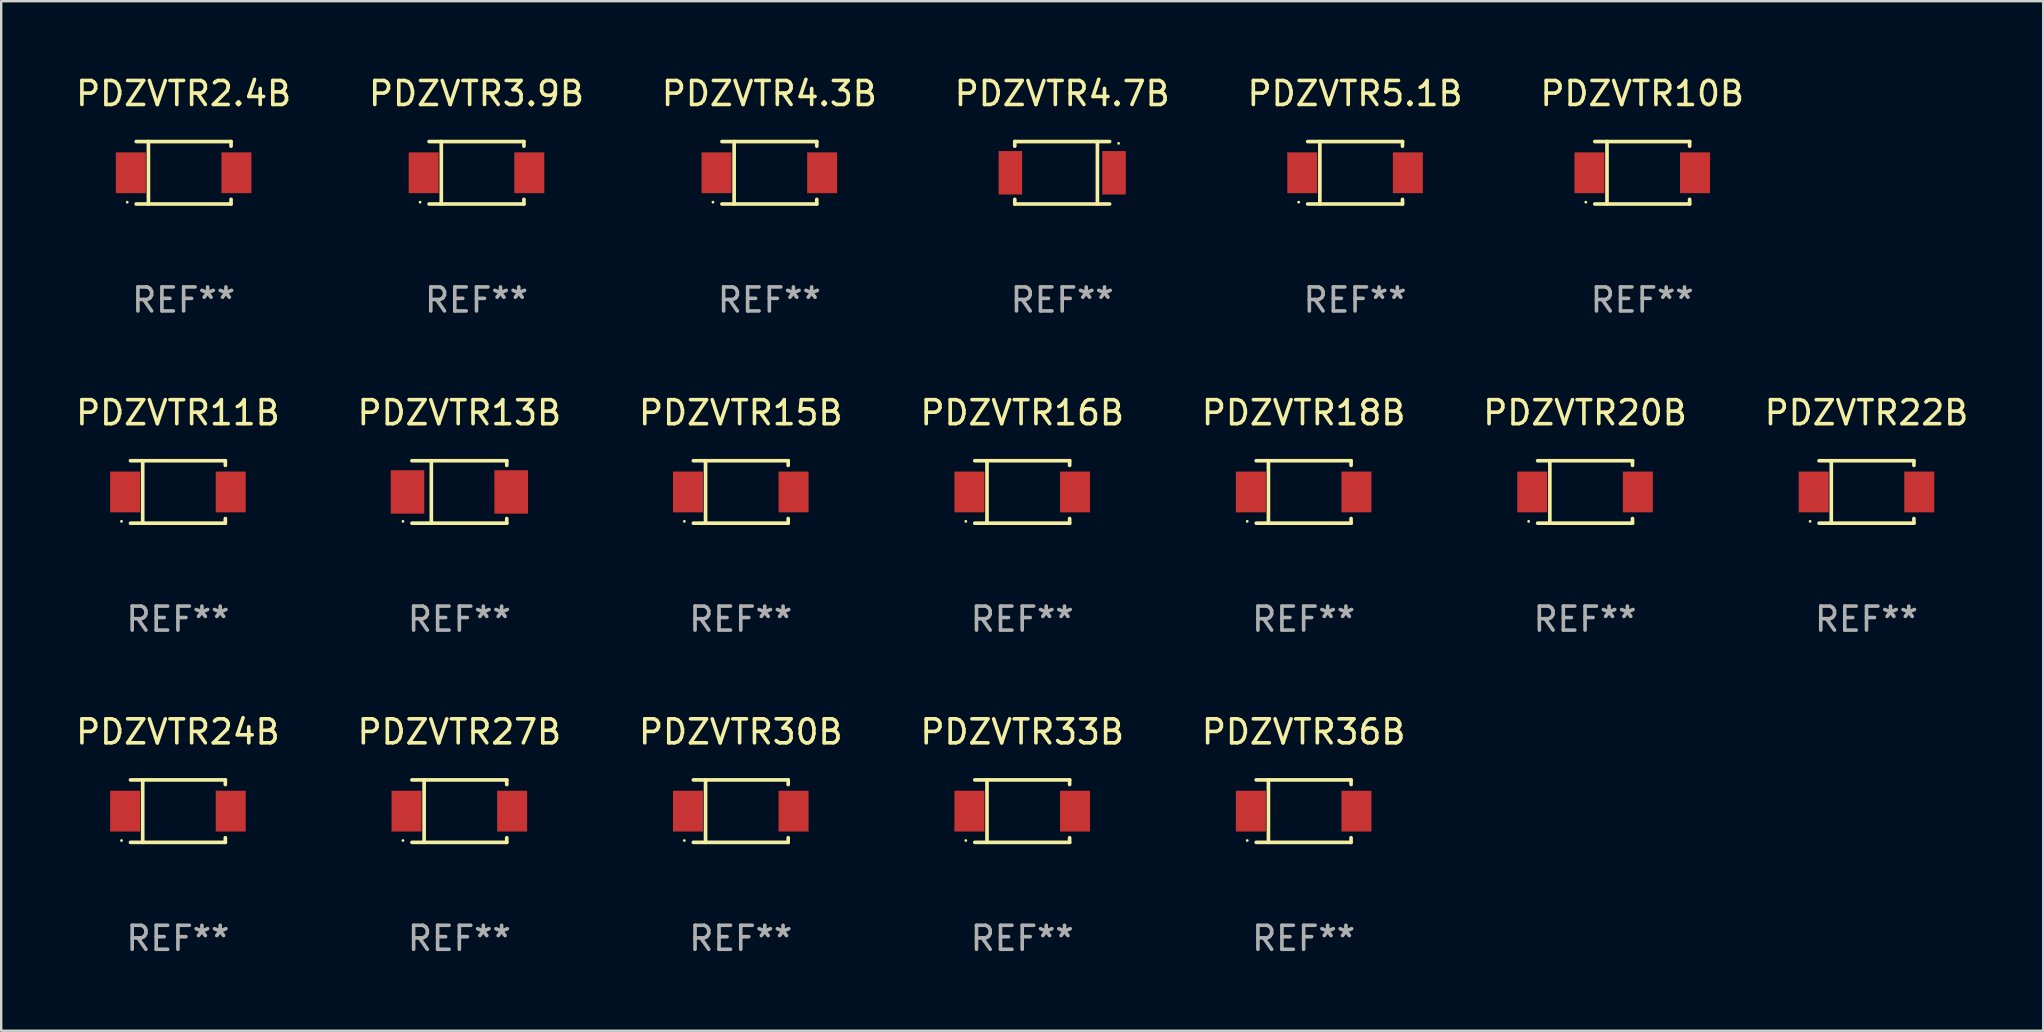
<source format=kicad_pcb>
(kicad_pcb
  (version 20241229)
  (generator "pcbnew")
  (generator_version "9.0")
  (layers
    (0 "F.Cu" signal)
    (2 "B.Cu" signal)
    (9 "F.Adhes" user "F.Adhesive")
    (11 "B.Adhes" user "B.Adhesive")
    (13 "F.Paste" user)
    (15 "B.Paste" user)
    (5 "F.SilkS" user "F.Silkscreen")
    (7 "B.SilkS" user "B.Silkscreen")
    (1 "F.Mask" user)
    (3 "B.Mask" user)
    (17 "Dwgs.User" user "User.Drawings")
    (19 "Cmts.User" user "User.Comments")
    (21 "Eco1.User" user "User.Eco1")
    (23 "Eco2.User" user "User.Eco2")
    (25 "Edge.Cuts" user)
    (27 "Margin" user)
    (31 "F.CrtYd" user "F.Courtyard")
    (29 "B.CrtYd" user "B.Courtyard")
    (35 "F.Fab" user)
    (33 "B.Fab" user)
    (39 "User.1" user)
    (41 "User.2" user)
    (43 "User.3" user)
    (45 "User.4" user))
  (footprint "PDZVTR5.1B"
    (layer "F.Cu")
    (at 53.411 4.149)
    (property "Reference" "PDZVTR5.1B" (at 0 -3.301 0) (layer "F.SilkS") (effects (font (size 1 1) (thickness 0.15))))
    (attr through_hole)
    (fp_line (start -1.976 -1.301) (end 1.976 -1.301) (stroke (width 0.152) (type solid)) (layer "F.SilkS"))
    (fp_line (start -1.976 1.301) (end 1.976 1.301) (stroke (width 0.152) (type solid)) (layer "F.SilkS"))
    (fp_line (start -1.467 -1.301) (end -1.467 1.301) (stroke (width 0.152) (type solid)) (layer "F.SilkS"))
    (fp_line (start 1.976 -1.301) (end 1.976 -1.108) (stroke (width 0.152) (type solid)) (layer "F.SilkS"))
    (fp_line (start 1.976 1.301) (end 1.976 1.108) (stroke (width 0.152) (type solid)) (layer "F.SilkS"))
    (fp_circle (center -2.35 1.225) (end -2.32 1.225) (stroke (width 0.06) (type solid)) (fill no) (layer "F.SilkS"))
    (fp_text user "REF**" (at 0 5.301 0) (layer "F.Fab") (effects (font (size 1 1) (thickness 0.15))))
    (pad "1" smd rect (at -2.2 0 180) (size 1.25 1.7) (layers "F.Cu" "F.Mask" "F.Paste"))
    (pad "2" smd rect (at 2.2 0 180) (size 1.25 1.7) (layers "F.Cu" "F.Mask" "F.Paste")))
  (footprint "PDZVTR30B"
    (layer "F.Cu")
    (at 27.815 30.747)
    (property "Reference" "PDZVTR30B" (at 0 -3.301 0) (layer "F.SilkS") (effects (font (size 1 1) (thickness 0.15))))
    (attr through_hole)
    (fp_line (start -1.976 -1.301) (end 1.976 -1.301) (stroke (width 0.152) (type solid)) (layer "F.SilkS"))
    (fp_line (start -1.976 1.301) (end 1.976 1.301) (stroke (width 0.152) (type solid)) (layer "F.SilkS"))
    (fp_line (start -1.467 -1.301) (end -1.467 1.301) (stroke (width 0.152) (type solid)) (layer "F.SilkS"))
    (fp_line (start 1.976 -1.301) (end 1.976 -1.108) (stroke (width 0.152) (type solid)) (layer "F.SilkS"))
    (fp_line (start 1.976 1.301) (end 1.976 1.108) (stroke (width 0.152) (type solid)) (layer "F.SilkS"))
    (fp_circle (center -2.35 1.225) (end -2.32 1.225) (stroke (width 0.06) (type solid)) (fill no) (layer "F.SilkS"))
    (fp_text user "REF**" (at 0 5.301 0) (layer "F.Fab") (effects (font (size 1 1) (thickness 0.15))))
    (pad "1" smd rect (at -2.2 0 180) (size 1.25 1.7) (layers "F.Cu" "F.Mask" "F.Paste"))
    (pad "2" smd rect (at 2.2 0 180) (size 1.25 1.7) (layers "F.Cu" "F.Mask" "F.Paste")))
  (footprint "PDZVTR3.9B"
    (layer "F.Cu")
    (at 16.804 4.149)
    (property "Reference" "PDZVTR3.9B" (at 0 -3.301 0) (layer "F.SilkS") (effects (font (size 1 1) (thickness 0.15))))
    (attr through_hole)
    (fp_line (start -1.976 -1.301) (end 1.976 -1.301) (stroke (width 0.152) (type solid)) (layer "F.SilkS"))
    (fp_line (start -1.976 1.301) (end 1.976 1.301) (stroke (width 0.152) (type solid)) (layer "F.SilkS"))
    (fp_line (start -1.467 -1.301) (end -1.467 1.301) (stroke (width 0.152) (type solid)) (layer "F.SilkS"))
    (fp_line (start 1.976 -1.301) (end 1.976 -1.108) (stroke (width 0.152) (type solid)) (layer "F.SilkS"))
    (fp_line (start 1.976 1.301) (end 1.976 1.108) (stroke (width 0.152) (type solid)) (layer "F.SilkS"))
    (fp_circle (center -2.35 1.225) (end -2.32 1.225) (stroke (width 0.06) (type solid)) (fill no) (layer "F.SilkS"))
    (fp_text user "REF**" (at 0 5.301 0) (layer "F.Fab") (effects (font (size 1 1) (thickness 0.15))))
    (pad "1" smd rect (at -2.2 0 180) (size 1.25 1.7) (layers "F.Cu" "F.Mask" "F.Paste"))
    (pad "2" smd rect (at 2.2 0 180) (size 1.25 1.7) (layers "F.Cu" "F.Mask" "F.Paste")))
  (footprint "PDZVTR11B"
    (layer "F.Cu")
    (at 4.363 17.448)
    (property "Reference" "PDZVTR11B" (at 0 -3.301 0) (layer "F.SilkS") (effects (font (size 1 1) (thickness 0.15))))
    (attr through_hole)
    (fp_line (start -1.976 -1.301) (end 1.976 -1.301) (stroke (width 0.152) (type solid)) (layer "F.SilkS"))
    (fp_line (start -1.976 1.301) (end 1.976 1.301) (stroke (width 0.152) (type solid)) (layer "F.SilkS"))
    (fp_line (start -1.467 -1.301) (end -1.467 1.301) (stroke (width 0.152) (type solid)) (layer "F.SilkS"))
    (fp_line (start 1.976 -1.301) (end 1.976 -1.108) (stroke (width 0.152) (type solid)) (layer "F.SilkS"))
    (fp_line (start 1.976 1.301) (end 1.976 1.108) (stroke (width 0.152) (type solid)) (layer "F.SilkS"))
    (fp_circle (center -2.35 1.225) (end -2.32 1.225) (stroke (width 0.06) (type solid)) (fill no) (layer "F.SilkS"))
    (fp_text user "REF**" (at 0 5.301 0) (layer "F.Fab") (effects (font (size 1 1) (thickness 0.15))))
    (pad "1" smd rect (at -2.2 0 180) (size 1.25 1.7) (layers "F.Cu" "F.Mask" "F.Paste"))
    (pad "2" smd rect (at 2.2 0 180) (size 1.25 1.7) (layers "F.Cu" "F.Mask" "F.Paste")))
  (footprint "PDZVTR36B"
    (layer "F.Cu")
    (at 51.268 30.747)
    (property "Reference" "PDZVTR36B" (at 0 -3.301 0) (layer "F.SilkS") (effects (font (size 1 1) (thickness 0.15))))
    (attr through_hole)
    (fp_line (start -1.976 -1.301) (end 1.976 -1.301) (stroke (width 0.152) (type solid)) (layer "F.SilkS"))
    (fp_line (start -1.976 1.301) (end 1.976 1.301) (stroke (width 0.152) (type solid)) (layer "F.SilkS"))
    (fp_line (start -1.467 -1.301) (end -1.467 1.301) (stroke (width 0.152) (type solid)) (layer "F.SilkS"))
    (fp_line (start 1.976 -1.301) (end 1.976 -1.108) (stroke (width 0.152) (type solid)) (layer "F.SilkS"))
    (fp_line (start 1.976 1.301) (end 1.976 1.108) (stroke (width 0.152) (type solid)) (layer "F.SilkS"))
    (fp_circle (center -2.35 1.225) (end -2.32 1.225) (stroke (width 0.06) (type solid)) (fill no) (layer "F.SilkS"))
    (fp_text user "REF**" (at 0 5.301 0) (layer "F.Fab") (effects (font (size 1 1) (thickness 0.15))))
    (pad "1" smd rect (at -2.2 0 180) (size 1.25 1.7) (layers "F.Cu" "F.Mask" "F.Paste"))
    (pad "2" smd rect (at 2.2 0 180) (size 1.25 1.7) (layers "F.Cu" "F.Mask" "F.Paste")))
  (footprint "PDZVTR18B"
    (layer "F.Cu")
    (at 51.268 17.448)
    (property "Reference" "PDZVTR18B" (at 0 -3.301 0) (layer "F.SilkS") (effects (font (size 1 1) (thickness 0.15))))
    (attr through_hole)
    (fp_line (start -1.976 -1.301) (end 1.976 -1.301) (stroke (width 0.152) (type solid)) (layer "F.SilkS"))
    (fp_line (start -1.976 1.301) (end 1.976 1.301) (stroke (width 0.152) (type solid)) (layer "F.SilkS"))
    (fp_line (start -1.467 -1.301) (end -1.467 1.301) (stroke (width 0.152) (type solid)) (layer "F.SilkS"))
    (fp_line (start 1.976 -1.301) (end 1.976 -1.108) (stroke (width 0.152) (type solid)) (layer "F.SilkS"))
    (fp_line (start 1.976 1.301) (end 1.976 1.108) (stroke (width 0.152) (type solid)) (layer "F.SilkS"))
    (fp_circle (center -2.35 1.225) (end -2.32 1.225) (stroke (width 0.06) (type solid)) (fill no) (layer "F.SilkS"))
    (fp_text user "REF**" (at 0 5.301 0) (layer "F.Fab") (effects (font (size 1 1) (thickness 0.15))))
    (pad "1" smd rect (at -2.2 0 180) (size 1.25 1.7) (layers "F.Cu" "F.Mask" "F.Paste"))
    (pad "2" smd rect (at 2.2 0 180) (size 1.25 1.7) (layers "F.Cu" "F.Mask" "F.Paste")))
  (footprint "PDZVTR27B"
    (layer "F.Cu")
    (at 16.089 30.747)
    (property "Reference" "PDZVTR27B" (at 0 -3.301 0) (layer "F.SilkS") (effects (font (size 1 1) (thickness 0.15))))
    (attr through_hole)
    (fp_line (start -1.976 -1.301) (end 1.976 -1.301) (stroke (width 0.152) (type solid)) (layer "F.SilkS"))
    (fp_line (start -1.976 1.301) (end 1.976 1.301) (stroke (width 0.152) (type solid)) (layer "F.SilkS"))
    (fp_line (start -1.467 -1.301) (end -1.467 1.301) (stroke (width 0.152) (type solid)) (layer "F.SilkS"))
    (fp_line (start 1.976 -1.301) (end 1.976 -1.108) (stroke (width 0.152) (type solid)) (layer "F.SilkS"))
    (fp_line (start 1.976 1.301) (end 1.976 1.108) (stroke (width 0.152) (type solid)) (layer "F.SilkS"))
    (fp_circle (center -2.35 1.225) (end -2.32 1.225) (stroke (width 0.06) (type solid)) (fill no) (layer "F.SilkS"))
    (fp_text user "REF**" (at 0 5.301 0) (layer "F.Fab") (effects (font (size 1 1) (thickness 0.15))))
    (pad "1" smd rect (at -2.2 0 180) (size 1.25 1.7) (layers "F.Cu" "F.Mask" "F.Paste"))
    (pad "2" smd rect (at 2.2 0 180) (size 1.25 1.7) (layers "F.Cu" "F.Mask" "F.Paste")))
  (footprint "PDZVTR4.7B"
    (layer "F.Cu")
    (at 41.208 4.149)
    (property "Reference" "PDZVTR4.7B" (at 0 -3.301 0) (layer "F.SilkS") (effects (font (size 1 1) (thickness 0.15))))
    (attr through_hole)
    (fp_line (start -1.976 -1.301) (end -1.976 -1.108) (stroke (width 0.152) (type solid)) (layer "F.SilkS"))
    (fp_line (start -1.976 1.301) (end -1.976 1.108) (stroke (width 0.152) (type solid)) (layer "F.SilkS"))
    (fp_line (start 1.467 1.301) (end 1.467 -1.301) (stroke (width 0.152) (type solid)) (layer "F.SilkS"))
    (fp_line (start 1.976 -1.301) (end -1.976 -1.301) (stroke (width 0.152) (type solid)) (layer "F.SilkS"))
    (fp_line (start 1.976 1.301) (end -1.976 1.301) (stroke (width 0.152) (type solid)) (layer "F.SilkS"))
    (fp_circle (center 2.35 -1.225) (end 2.38 -1.225) (stroke (width 0.06) (type solid)) (fill no) (layer "F.SilkS"))
    (fp_text user "REF**" (at 0 5.301 0) (layer "F.Fab") (effects (font (size 1 1) (thickness 0.15))))
    (pad "1" smd rect (at 2.16 0) (size 0.98 1.81) (layers "F.Cu" "F.Mask" "F.Paste"))
    (pad "2" smd rect (at -2.16 0) (size 0.98 1.81) (layers "F.Cu" "F.Mask" "F.Paste")))
  (footprint "PDZVTR2.4B"
    (layer "F.Cu")
    (at 4.601 4.149)
    (property "Reference" "PDZVTR2.4B" (at 0 -3.301 0) (layer "F.SilkS") (effects (font (size 1 1) (thickness 0.15))))
    (attr through_hole)
    (fp_line (start -1.976 -1.301) (end 1.976 -1.301) (stroke (width 0.152) (type solid)) (layer "F.SilkS"))
    (fp_line (start -1.976 1.301) (end 1.976 1.301) (stroke (width 0.152) (type solid)) (layer "F.SilkS"))
    (fp_line (start -1.467 -1.301) (end -1.467 1.301) (stroke (width 0.152) (type solid)) (layer "F.SilkS"))
    (fp_line (start 1.976 -1.301) (end 1.976 -1.108) (stroke (width 0.152) (type solid)) (layer "F.SilkS"))
    (fp_line (start 1.976 1.301) (end 1.976 1.108) (stroke (width 0.152) (type solid)) (layer "F.SilkS"))
    (fp_circle (center -2.35 1.225) (end -2.32 1.225) (stroke (width 0.06) (type solid)) (fill no) (layer "F.SilkS"))
    (fp_text user "REF**" (at 0 5.301 0) (layer "F.Fab") (effects (font (size 1 1) (thickness 0.15))))
    (pad "1" smd rect (at -2.2 0 180) (size 1.25 1.7) (layers "F.Cu" "F.Mask" "F.Paste"))
    (pad "2" smd rect (at 2.2 0 180) (size 1.25 1.7) (layers "F.Cu" "F.Mask" "F.Paste")))
  (footprint "PDZVTR10B"
    (layer "F.Cu")
    (at 65.375 4.149)
    (property "Reference" "PDZVTR10B" (at 0 -3.301 0) (layer "F.SilkS") (effects (font (size 1 1) (thickness 0.15))))
    (attr through_hole)
    (fp_line (start -1.976 -1.301) (end 1.976 -1.301) (stroke (width 0.152) (type solid)) (layer "F.SilkS"))
    (fp_line (start -1.976 1.301) (end 1.976 1.301) (stroke (width 0.152) (type solid)) (layer "F.SilkS"))
    (fp_line (start -1.467 -1.301) (end -1.467 1.301) (stroke (width 0.152) (type solid)) (layer "F.SilkS"))
    (fp_line (start 1.976 -1.301) (end 1.976 -1.108) (stroke (width 0.152) (type solid)) (layer "F.SilkS"))
    (fp_line (start 1.976 1.301) (end 1.976 1.108) (stroke (width 0.152) (type solid)) (layer "F.SilkS"))
    (fp_circle (center -2.35 1.225) (end -2.32 1.225) (stroke (width 0.06) (type solid)) (fill no) (layer "F.SilkS"))
    (fp_text user "REF**" (at 0 5.301 0) (layer "F.Fab") (effects (font (size 1 1) (thickness 0.15))))
    (pad "1" smd rect (at -2.2 0 180) (size 1.25 1.7) (layers "F.Cu" "F.Mask" "F.Paste"))
    (pad "2" smd rect (at 2.2 0 180) (size 1.25 1.7) (layers "F.Cu" "F.Mask" "F.Paste")))
  (footprint "PDZVTR15B"
    (layer "F.Cu")
    (at 27.815 17.448)
    (property "Reference" "PDZVTR15B" (at 0 -3.301 0) (layer "F.SilkS") (effects (font (size 1 1) (thickness 0.15))))
    (attr through_hole)
    (fp_line (start -1.976 -1.301) (end 1.976 -1.301) (stroke (width 0.152) (type solid)) (layer "F.SilkS"))
    (fp_line (start -1.976 1.301) (end 1.976 1.301) (stroke (width 0.152) (type solid)) (layer "F.SilkS"))
    (fp_line (start -1.467 -1.301) (end -1.467 1.301) (stroke (width 0.152) (type solid)) (layer "F.SilkS"))
    (fp_line (start 1.976 -1.301) (end 1.976 -1.108) (stroke (width 0.152) (type solid)) (layer "F.SilkS"))
    (fp_line (start 1.976 1.301) (end 1.976 1.108) (stroke (width 0.152) (type solid)) (layer "F.SilkS"))
    (fp_circle (center -2.35 1.225) (end -2.32 1.225) (stroke (width 0.06) (type solid)) (fill no) (layer "F.SilkS"))
    (fp_text user "REF**" (at 0 5.301 0) (layer "F.Fab") (effects (font (size 1 1) (thickness 0.15))))
    (pad "1" smd rect (at -2.2 0 180) (size 1.25 1.7) (layers "F.Cu" "F.Mask" "F.Paste"))
    (pad "2" smd rect (at 2.2 0 180) (size 1.25 1.7) (layers "F.Cu" "F.Mask" "F.Paste")))
  (footprint "PDZVTR24B"
    (layer "F.Cu")
    (at 4.363 30.747)
    (property "Reference" "PDZVTR24B" (at 0 -3.301 0) (layer "F.SilkS") (effects (font (size 1 1) (thickness 0.15))))
    (attr through_hole)
    (fp_line (start -1.976 -1.301) (end 1.976 -1.301) (stroke (width 0.152) (type solid)) (layer "F.SilkS"))
    (fp_line (start -1.976 1.301) (end 1.976 1.301) (stroke (width 0.152) (type solid)) (layer "F.SilkS"))
    (fp_line (start -1.467 -1.301) (end -1.467 1.301) (stroke (width 0.152) (type solid)) (layer "F.SilkS"))
    (fp_line (start 1.976 -1.301) (end 1.976 -1.108) (stroke (width 0.152) (type solid)) (layer "F.SilkS"))
    (fp_line (start 1.976 1.301) (end 1.976 1.108) (stroke (width 0.152) (type solid)) (layer "F.SilkS"))
    (fp_circle (center -2.35 1.225) (end -2.32 1.225) (stroke (width 0.06) (type solid)) (fill no) (layer "F.SilkS"))
    (fp_text user "REF**" (at 0 5.301 0) (layer "F.Fab") (effects (font (size 1 1) (thickness 0.15))))
    (pad "1" smd rect (at -2.2 0 180) (size 1.25 1.7) (layers "F.Cu" "F.Mask" "F.Paste"))
    (pad "2" smd rect (at 2.2 0 180) (size 1.25 1.7) (layers "F.Cu" "F.Mask" "F.Paste")))
  (footprint "PDZVTR4.3B"
    (layer "F.Cu")
    (at 29.006 4.149)
    (property "Reference" "PDZVTR4.3B" (at 0 -3.301 0) (layer "F.SilkS") (effects (font (size 1 1) (thickness 0.15))))
    (attr through_hole)
    (fp_line (start -1.976 -1.301) (end 1.976 -1.301) (stroke (width 0.152) (type solid)) (layer "F.SilkS"))
    (fp_line (start -1.976 1.301) (end 1.976 1.301) (stroke (width 0.152) (type solid)) (layer "F.SilkS"))
    (fp_line (start -1.467 -1.301) (end -1.467 1.301) (stroke (width 0.152) (type solid)) (layer "F.SilkS"))
    (fp_line (start 1.976 -1.301) (end 1.976 -1.108) (stroke (width 0.152) (type solid)) (layer "F.SilkS"))
    (fp_line (start 1.976 1.301) (end 1.976 1.108) (stroke (width 0.152) (type solid)) (layer "F.SilkS"))
    (fp_circle (center -2.35 1.225) (end -2.32 1.225) (stroke (width 0.06) (type solid)) (fill no) (layer "F.SilkS"))
    (fp_text user "REF**" (at 0 5.301 0) (layer "F.Fab") (effects (font (size 1 1) (thickness 0.15))))
    (pad "1" smd rect (at -2.2 0 180) (size 1.25 1.7) (layers "F.Cu" "F.Mask" "F.Paste"))
    (pad "2" smd rect (at 2.2 0 180) (size 1.25 1.7) (layers "F.Cu" "F.Mask" "F.Paste")))
  (footprint "PDZVTR20B"
    (layer "F.Cu")
    (at 62.994 17.448)
    (property "Reference" "PDZVTR20B" (at 0 -3.301 0) (layer "F.SilkS") (effects (font (size 1 1) (thickness 0.15))))
    (attr through_hole)
    (fp_line (start -1.976 -1.301) (end 1.976 -1.301) (stroke (width 0.152) (type solid)) (layer "F.SilkS"))
    (fp_line (start -1.976 1.301) (end 1.976 1.301) (stroke (width 0.152) (type solid)) (layer "F.SilkS"))
    (fp_line (start -1.467 -1.301) (end -1.467 1.301) (stroke (width 0.152) (type solid)) (layer "F.SilkS"))
    (fp_line (start 1.976 -1.301) (end 1.976 -1.108) (stroke (width 0.152) (type solid)) (layer "F.SilkS"))
    (fp_line (start 1.976 1.301) (end 1.976 1.108) (stroke (width 0.152) (type solid)) (layer "F.SilkS"))
    (fp_circle (center -2.35 1.225) (end -2.32 1.225) (stroke (width 0.06) (type solid)) (fill no) (layer "F.SilkS"))
    (fp_text user "REF**" (at 0 5.301 0) (layer "F.Fab") (effects (font (size 1 1) (thickness 0.15))))
    (pad "1" smd rect (at -2.2 0 180) (size 1.25 1.7) (layers "F.Cu" "F.Mask" "F.Paste"))
    (pad "2" smd rect (at 2.2 0 180) (size 1.25 1.7) (layers "F.Cu" "F.Mask" "F.Paste")))
  (footprint "PDZVTR13B"
    (layer "F.Cu")
    (at 16.089 17.448)
    (property "Reference" "PDZVTR13B" (at 0 -3.301 0) (layer "F.SilkS") (effects (font (size 1 1) (thickness 0.15))))
    (attr through_hole)
    (fp_line (start -1.976 -1.301) (end 1.976 -1.301) (stroke (width 0.152) (type solid)) (layer "F.SilkS"))
    (fp_line (start -1.976 1.301) (end 1.976 1.301) (stroke (width 0.152) (type solid)) (layer "F.SilkS"))
    (fp_line (start -1.167 -1.301) (end -1.167 1.301) (stroke (width 0.152) (type solid)) (layer "F.SilkS"))
    (fp_line (start 1.976 -1.301) (end 1.976 -1.108) (stroke (width 0.152) (type solid)) (layer "F.SilkS"))
    (fp_line (start 1.976 1.301) (end 1.976 1.108) (stroke (width 0.152) (type solid)) (layer "F.SilkS"))
    (fp_circle (center -2.35 1.225) (end -2.32 1.225) (stroke (width 0.06) (type solid)) (fill no) (layer "F.SilkS"))
    (fp_text user "REF**" (at 0 5.301 0) (layer "F.Fab") (effects (font (size 1 1) (thickness 0.15))))
    (pad "1" smd rect (at -2.16 0.000127 180) (size 1.4 1.81) (layers "F.Cu" "F.Mask" "F.Paste"))
    (pad "2" smd rect (at 2.16 0.000127 180) (size 1.4 1.81) (layers "F.Cu" "F.Mask" "F.Paste")))
  (footprint "PDZVTR22B"
    (layer "F.Cu")
    (at 74.72 17.448)
    (property "Reference" "PDZVTR22B" (at 0 -3.301 0) (layer "F.SilkS") (effects (font (size 1 1) (thickness 0.15))))
    (attr through_hole)
    (fp_line (start -1.976 -1.301) (end 1.976 -1.301) (stroke (width 0.152) (type solid)) (layer "F.SilkS"))
    (fp_line (start -1.976 1.301) (end 1.976 1.301) (stroke (width 0.152) (type solid)) (layer "F.SilkS"))
    (fp_line (start -1.467 -1.301) (end -1.467 1.301) (stroke (width 0.152) (type solid)) (layer "F.SilkS"))
    (fp_line (start 1.976 -1.301) (end 1.976 -1.108) (stroke (width 0.152) (type solid)) (layer "F.SilkS"))
    (fp_line (start 1.976 1.301) (end 1.976 1.108) (stroke (width 0.152) (type solid)) (layer "F.SilkS"))
    (fp_circle (center -2.35 1.225) (end -2.32 1.225) (stroke (width 0.06) (type solid)) (fill no) (layer "F.SilkS"))
    (fp_text user "REF**" (at 0 5.301 0) (layer "F.Fab") (effects (font (size 1 1) (thickness 0.15))))
    (pad "1" smd rect (at -2.2 0 180) (size 1.25 1.7) (layers "F.Cu" "F.Mask" "F.Paste"))
    (pad "2" smd rect (at 2.2 0 180) (size 1.25 1.7) (layers "F.Cu" "F.Mask" "F.Paste")))
  (footprint "PDZVTR33B"
    (layer "F.Cu")
    (at 39.542 30.747)
    (property "Reference" "PDZVTR33B" (at 0 -3.301 0) (layer "F.SilkS") (effects (font (size 1 1) (thickness 0.15))))
    (attr through_hole)
    (fp_line (start -1.976 -1.301) (end 1.976 -1.301) (stroke (width 0.152) (type solid)) (layer "F.SilkS"))
    (fp_line (start -1.976 1.301) (end 1.976 1.301) (stroke (width 0.152) (type solid)) (layer "F.SilkS"))
    (fp_line (start -1.467 -1.301) (end -1.467 1.301) (stroke (width 0.152) (type solid)) (layer "F.SilkS"))
    (fp_line (start 1.976 -1.301) (end 1.976 -1.108) (stroke (width 0.152) (type solid)) (layer "F.SilkS"))
    (fp_line (start 1.976 1.301) (end 1.976 1.108) (stroke (width 0.152) (type solid)) (layer "F.SilkS"))
    (fp_circle (center -2.35 1.225) (end -2.32 1.225) (stroke (width 0.06) (type solid)) (fill no) (layer "F.SilkS"))
    (fp_text user "REF**" (at 0 5.301 0) (layer "F.Fab") (effects (font (size 1 1) (thickness 0.15))))
    (pad "1" smd rect (at -2.2 0 180) (size 1.25 1.7) (layers "F.Cu" "F.Mask" "F.Paste"))
    (pad "2" smd rect (at 2.2 0 180) (size 1.25 1.7) (layers "F.Cu" "F.Mask" "F.Paste")))
  (footprint "PDZVTR16B"
    (layer "F.Cu")
    (at 39.542 17.448)
    (property "Reference" "PDZVTR16B" (at 0 -3.301 0) (layer "F.SilkS") (effects (font (size 1 1) (thickness 0.15))))
    (attr through_hole)
    (fp_line (start -1.976 -1.301) (end 1.976 -1.301) (stroke (width 0.152) (type solid)) (layer "F.SilkS"))
    (fp_line (start -1.976 1.301) (end 1.976 1.301) (stroke (width 0.152) (type solid)) (layer "F.SilkS"))
    (fp_line (start -1.467 -1.301) (end -1.467 1.301) (stroke (width 0.152) (type solid)) (layer "F.SilkS"))
    (fp_line (start 1.976 -1.301) (end 1.976 -1.108) (stroke (width 0.152) (type solid)) (layer "F.SilkS"))
    (fp_line (start 1.976 1.301) (end 1.976 1.108) (stroke (width 0.152) (type solid)) (layer "F.SilkS"))
    (fp_circle (center -2.35 1.225) (end -2.32 1.225) (stroke (width 0.06) (type solid)) (fill no) (layer "F.SilkS"))
    (fp_text user "REF**" (at 0 5.301 0) (layer "F.Fab") (effects (font (size 1 1) (thickness 0.15))))
    (pad "1" smd rect (at -2.2 0 180) (size 1.25 1.7) (layers "F.Cu" "F.Mask" "F.Paste"))
    (pad "2" smd rect (at 2.2 0 180) (size 1.25 1.7) (layers "F.Cu" "F.Mask" "F.Paste")))
  (gr_rect
    (start -3 -3)
    (end 82.083 39.897)
    (stroke (width 0.1) (type default))
    (fill no)
    (layer "Edge.Cuts")))
</source>
